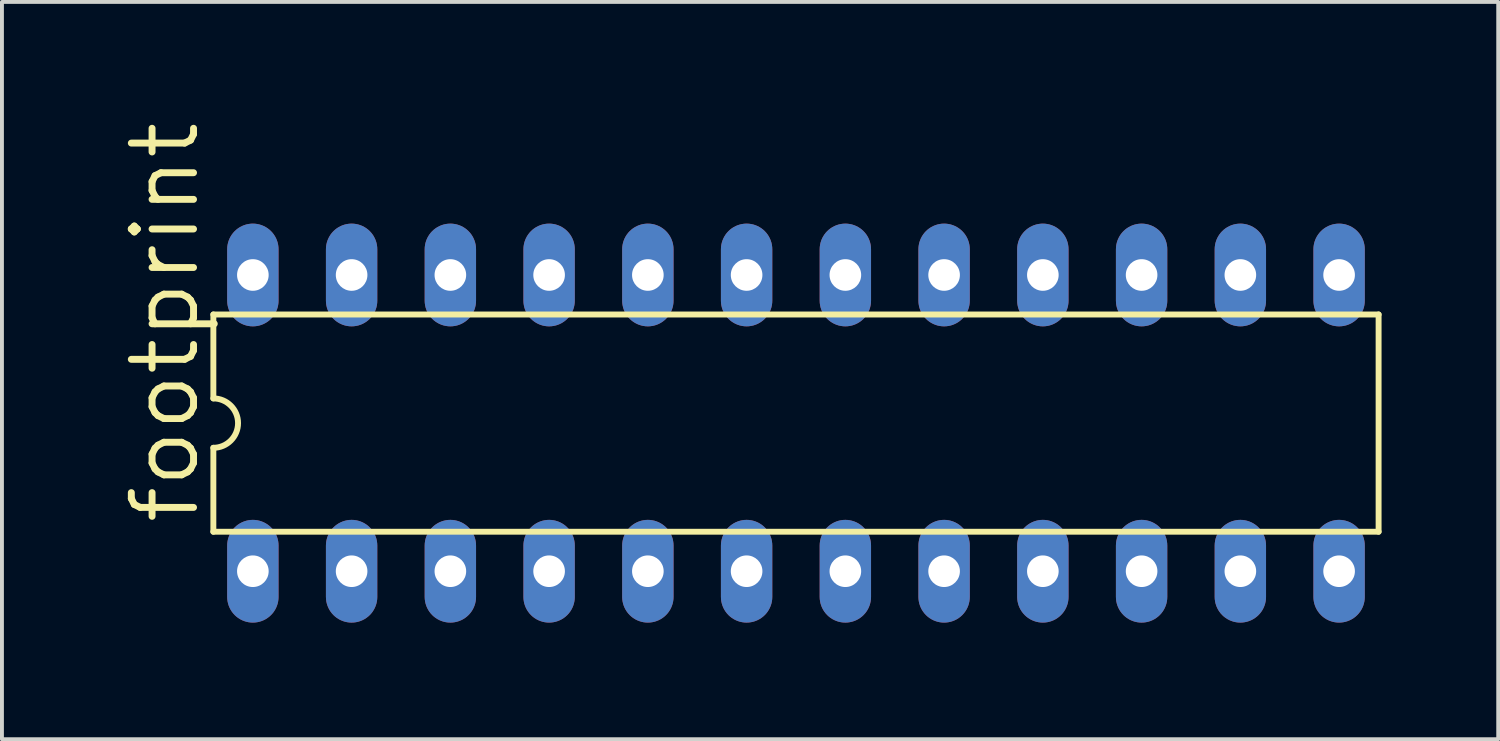
<source format=kicad_pcb>
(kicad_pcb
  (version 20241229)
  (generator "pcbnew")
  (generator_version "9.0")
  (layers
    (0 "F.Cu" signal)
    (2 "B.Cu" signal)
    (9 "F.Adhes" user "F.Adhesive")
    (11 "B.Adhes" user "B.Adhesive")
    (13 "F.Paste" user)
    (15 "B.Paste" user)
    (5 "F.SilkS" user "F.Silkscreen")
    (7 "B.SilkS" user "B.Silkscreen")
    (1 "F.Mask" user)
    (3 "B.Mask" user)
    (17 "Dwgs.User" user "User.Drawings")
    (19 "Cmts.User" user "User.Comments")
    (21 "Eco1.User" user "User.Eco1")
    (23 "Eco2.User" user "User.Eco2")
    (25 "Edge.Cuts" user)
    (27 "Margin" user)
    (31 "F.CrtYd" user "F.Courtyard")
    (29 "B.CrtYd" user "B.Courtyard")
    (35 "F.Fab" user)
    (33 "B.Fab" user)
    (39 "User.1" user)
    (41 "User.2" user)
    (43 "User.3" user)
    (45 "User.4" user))
  (footprint "footprint"
    (layer "F.Cu")
    (at 17.424 7.833)
    (property "Reference" "footprint" (at -15.291 2.667 90) (layer "F.SilkS") (effects (font (size 1.6 1.6) (thickness 0.178)) (justify left bottom)))
    (fp_line (start -14.986 -2.794) (end -14.986 -0.635) (stroke (width 0.152) (type solid)) (layer "F.SilkS"))
    (fp_line (start -14.986 -2.794) (end 14.986 -2.794) (stroke (width 0.152) (type solid)) (layer "F.SilkS"))
    (fp_line (start -14.986 0.635) (end -14.986 2.794) (stroke (width 0.152) (type solid)) (layer "F.SilkS"))
    (fp_line (start -14.986 2.794) (end 14.986 2.794) (stroke (width 0.152) (type solid)) (layer "F.SilkS"))
    (fp_line (start 14.986 2.794) (end 14.986 -2.794) (stroke (width 0.152) (type solid)) (layer "F.SilkS"))
    (fp_arc (start -14.986 -0.635) (mid -14.351 0) (end -14.986 0.635) (stroke (width 0.1524) (type solid)) (layer "F.SilkS"))
    (pad "1" thru_hole oval (at -13.97 3.81 90) (size 2.642 1.321) (drill 0.813) (layers "*.Cu" "*.Mask"))
    (pad "2" thru_hole oval (at -11.43 3.81 90) (size 2.642 1.321) (drill 0.813) (layers "*.Cu" "*.Mask"))
    (pad "3" thru_hole oval (at -8.89 3.81 90) (size 2.642 1.321) (drill 0.813) (layers "*.Cu" "*.Mask"))
    (pad "4" thru_hole oval (at -6.35 3.81 90) (size 2.642 1.321) (drill 0.813) (layers "*.Cu" "*.Mask"))
    (pad "5" thru_hole oval (at -3.81 3.81 90) (size 2.642 1.321) (drill 0.813) (layers "*.Cu" "*.Mask"))
    (pad "6" thru_hole oval (at -1.27 3.81 90) (size 2.642 1.321) (drill 0.813) (layers "*.Cu" "*.Mask"))
    (pad "7" thru_hole oval (at 1.27 3.81 90) (size 2.642 1.321) (drill 0.813) (layers "*.Cu" "*.Mask"))
    (pad "8" thru_hole oval (at 3.81 3.81 90) (size 2.642 1.321) (drill 0.813) (layers "*.Cu" "*.Mask"))
    (pad "9" thru_hole oval (at 6.35 3.81 90) (size 2.642 1.321) (drill 0.813) (layers "*.Cu" "*.Mask"))
    (pad "10" thru_hole oval (at 8.89 3.81 90) (size 2.642 1.321) (drill 0.813) (layers "*.Cu" "*.Mask"))
    (pad "11" thru_hole oval (at 11.43 3.81 90) (size 2.642 1.321) (drill 0.813) (layers "*.Cu" "*.Mask"))
    (pad "12" thru_hole oval (at 13.97 3.81 90) (size 2.642 1.321) (drill 0.813) (layers "*.Cu" "*.Mask"))
    (pad "13" thru_hole oval (at 13.97 -3.81 90) (size 2.642 1.321) (drill 0.813) (layers "*.Cu" "*.Mask"))
    (pad "14" thru_hole oval (at 11.43 -3.81 90) (size 2.642 1.321) (drill 0.813) (layers "*.Cu" "*.Mask"))
    (pad "15" thru_hole oval (at 8.89 -3.81 90) (size 2.642 1.321) (drill 0.813) (layers "*.Cu" "*.Mask"))
    (pad "16" thru_hole oval (at 6.35 -3.81 90) (size 2.642 1.321) (drill 0.813) (layers "*.Cu" "*.Mask"))
    (pad "17" thru_hole oval (at 3.81 -3.81 90) (size 2.642 1.321) (drill 0.813) (layers "*.Cu" "*.Mask"))
    (pad "18" thru_hole oval (at 1.27 -3.81 90) (size 2.642 1.321) (drill 0.813) (layers "*.Cu" "*.Mask"))
    (pad "19" thru_hole oval (at -1.27 -3.81 90) (size 2.642 1.321) (drill 0.813) (layers "*.Cu" "*.Mask"))
    (pad "20" thru_hole oval (at -3.81 -3.81 90) (size 2.642 1.321) (drill 0.813) (layers "*.Cu" "*.Mask"))
    (pad "21" thru_hole oval (at -6.35 -3.81 90) (size 2.642 1.321) (drill 0.813) (layers "*.Cu" "*.Mask"))
    (pad "22" thru_hole oval (at -8.89 -3.81 90) (size 2.642 1.321) (drill 0.813) (layers "*.Cu" "*.Mask"))
    (pad "23" thru_hole oval (at -11.43 -3.81 90) (size 2.642 1.321) (drill 0.813) (layers "*.Cu" "*.Mask"))
    (pad "24" thru_hole oval (at -13.97 -3.81 90) (size 2.642 1.321) (drill 0.813) (layers "*.Cu" "*.Mask")))
  (gr_rect
    (start -3 -3)
    (end 35.487 15.964)
    (stroke (width 0.1) (type default))
    (fill no)
    (layer "Edge.Cuts")))
</source>
